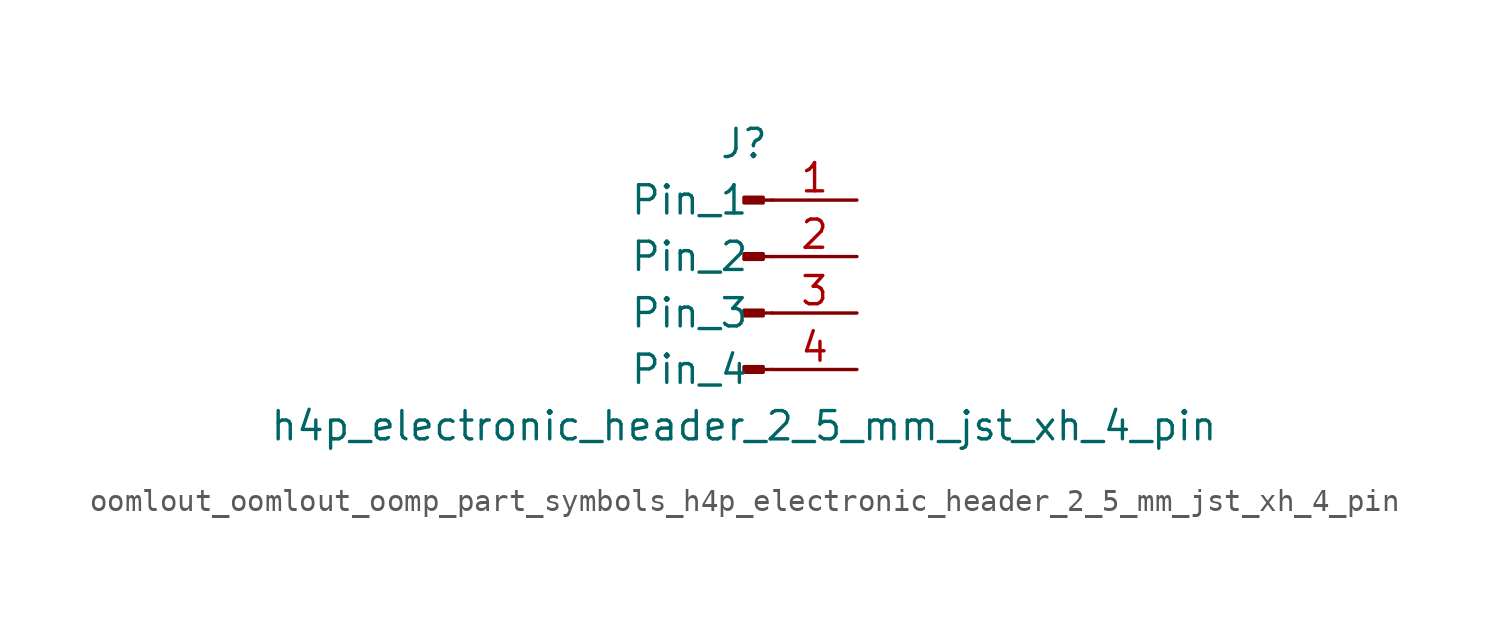
<source format=kicad_sym>
(kicad_symbol_lib
  (version 20220914)
  (generator kicad_symbol_editor)
  (symbol "oomlout_oomlout_oomp_part_symbols_h4p_electronic_header_2_5_mm_jst_xh_4_pin"
    (pin_names
      (offset 1.016))
    (property "Reference" "J"
      (at 0 5.08 0)
      (effects (font (size 1.27 1.27))))
    (property "Value" "h4p_electronic_header_2_5_mm_jst_xh_4_pin"
      (at 0 -7.62 0)
      (effects (font (size 1.27 1.27))))
    (property "ki_locked" ""
      (at 0 0 0)
      (effects (font (size 1.27 1.27))))
    (symbol "oomlout_oomlout_oomp_part_symbols_h4p_electronic_header_2_5_mm_jst_xh_4_pin_1_1"
      (polyline (pts (xy 1.27 -5.08) (xy 0.864 -5.08)) (stroke (width 0.152) (type default)) (fill (type none)))
      (polyline (pts (xy 1.27 -2.54) (xy 0.864 -2.54)) (stroke (width 0.152) (type default)) (fill (type none)))
      (polyline (pts (xy 1.27 0) (xy 0.864 0)) (stroke (width 0.152) (type default)) (fill (type none)))
      (polyline (pts (xy 1.27 2.54) (xy 0.864 2.54)) (stroke (width 0.152) (type default)) (fill (type none)))
      (rectangle (start 0.864 -4.953) (end 0 -5.207) (stroke (width 0.152) (type default)) (fill (type outline)))
      (rectangle (start 0.864 -2.413) (end 0 -2.667) (stroke (width 0.152) (type default)) (fill (type outline)))
      (rectangle (start 0.864 0.127) (end 0 -0.127) (stroke (width 0.152) (type default)) (fill (type outline)))
      (rectangle (start 0.864 2.667) (end 0 2.413) (stroke (width 0.152) (type default)) (fill (type outline)))
      (pin passive line (at 5.08 2.54 180) (length 3.81) (name "Pin_1" (effects (font (size 1.27 1.27)))) (number "1" (effects (font (size 1.27 1.27)))))
      (pin passive line (at 5.08 0 180) (length 3.81) (name "Pin_2" (effects (font (size 1.27 1.27)))) (number "2" (effects (font (size 1.27 1.27)))))
      (pin passive line (at 5.08 -2.54 180) (length 3.81) (name "Pin_3" (effects (font (size 1.27 1.27)))) (number "3" (effects (font (size 1.27 1.27)))))
      (pin passive line (at 5.08 -5.08 180) (length 3.81) (name "Pin_4" (effects (font (size 1.27 1.27)))) (number "4" (effects (font (size 1.27 1.27))))))))
</source>
